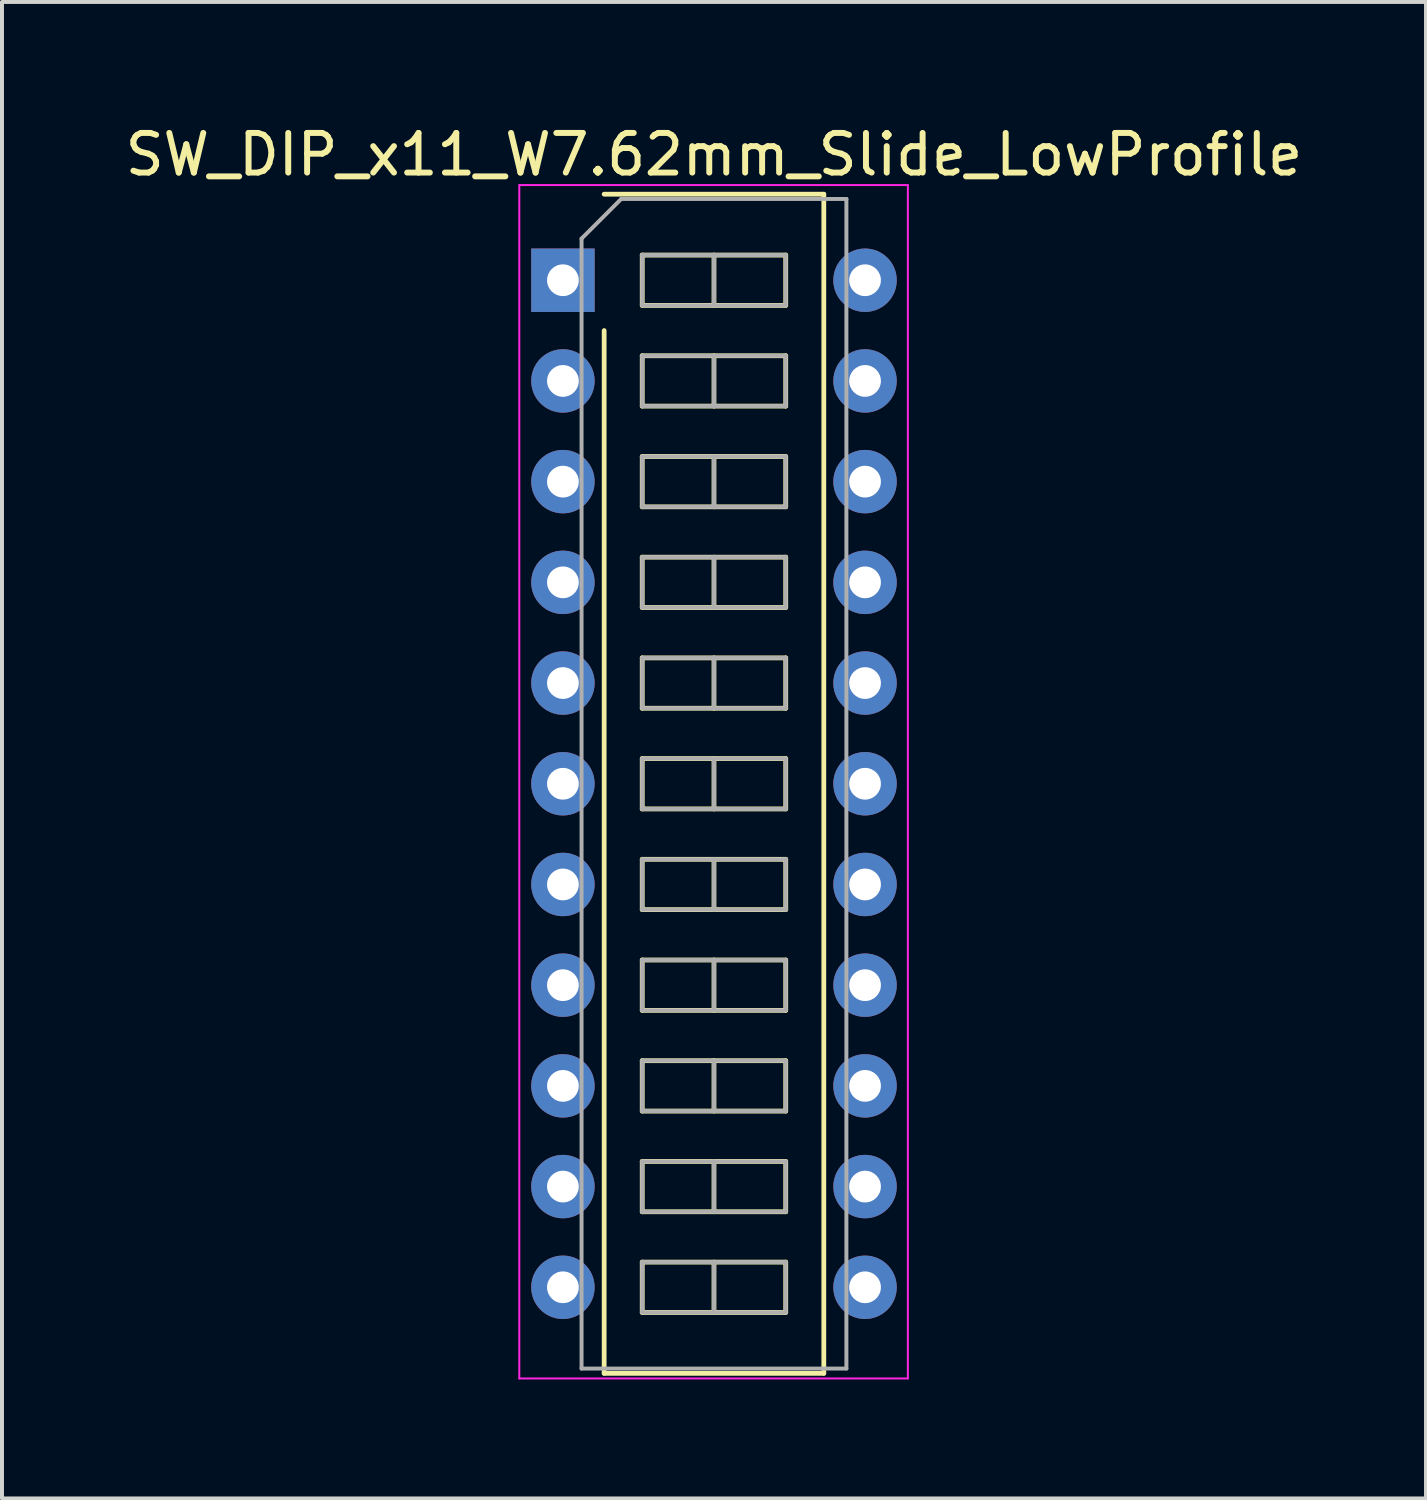
<source format=kicad_pcb>
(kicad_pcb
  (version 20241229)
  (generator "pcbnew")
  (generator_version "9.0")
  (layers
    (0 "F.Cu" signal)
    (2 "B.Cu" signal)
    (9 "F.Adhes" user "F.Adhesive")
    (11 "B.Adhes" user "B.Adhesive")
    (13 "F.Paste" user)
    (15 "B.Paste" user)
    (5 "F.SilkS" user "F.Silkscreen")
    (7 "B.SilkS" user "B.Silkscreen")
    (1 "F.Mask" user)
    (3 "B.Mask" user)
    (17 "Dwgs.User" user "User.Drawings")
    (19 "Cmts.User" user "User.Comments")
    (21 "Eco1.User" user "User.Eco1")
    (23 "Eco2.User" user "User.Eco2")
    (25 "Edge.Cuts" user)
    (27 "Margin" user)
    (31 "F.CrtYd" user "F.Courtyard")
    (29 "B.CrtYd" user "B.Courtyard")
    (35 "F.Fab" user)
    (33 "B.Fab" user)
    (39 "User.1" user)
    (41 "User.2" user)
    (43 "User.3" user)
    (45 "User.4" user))
  (footprint "SW_DIP_x11_W7.62mm_Slide_LowProfile"
    (layer "F.Cu")
    (at 11.148 4.018)
    (property "Reference" "SW_DIP_x11_W7.62mm_Slide_LowProfile" (at 3.81 -3.17 0) (layer "F.SilkS") (effects (font (size 1 1) (thickness 0.15))))
    (attr through_hole)
    (fp_line (start 1.04 -2.17) (end 6.58 -2.17) (stroke (width 0.12) (type solid)) (layer "F.SilkS"))
    (fp_line (start 1.04 27.57) (end 1.04 1.27) (stroke (width 0.12) (type solid)) (layer "F.SilkS"))
    (fp_line (start 2 -0.635) (end 2 0.635) (stroke (width 0.12) (type solid)) (layer "F.SilkS"))
    (fp_line (start 2 0.635) (end 5.62 0.635) (stroke (width 0.12) (type solid)) (layer "F.SilkS"))
    (fp_line (start 2 1.905) (end 2 3.175) (stroke (width 0.12) (type solid)) (layer "F.SilkS"))
    (fp_line (start 2 3.175) (end 5.62 3.175) (stroke (width 0.12) (type solid)) (layer "F.SilkS"))
    (fp_line (start 2 4.445) (end 2 5.715) (stroke (width 0.12) (type solid)) (layer "F.SilkS"))
    (fp_line (start 2 5.715) (end 5.62 5.715) (stroke (width 0.12) (type solid)) (layer "F.SilkS"))
    (fp_line (start 2 6.985) (end 2 8.255) (stroke (width 0.12) (type solid)) (layer "F.SilkS"))
    (fp_line (start 2 8.255) (end 5.62 8.255) (stroke (width 0.12) (type solid)) (layer "F.SilkS"))
    (fp_line (start 2 9.525) (end 2 10.795) (stroke (width 0.12) (type solid)) (layer "F.SilkS"))
    (fp_line (start 2 10.795) (end 5.62 10.795) (stroke (width 0.12) (type solid)) (layer "F.SilkS"))
    (fp_line (start 2 12.065) (end 2 13.335) (stroke (width 0.12) (type solid)) (layer "F.SilkS"))
    (fp_line (start 2 13.335) (end 5.62 13.335) (stroke (width 0.12) (type solid)) (layer "F.SilkS"))
    (fp_line (start 2 14.605) (end 2 15.875) (stroke (width 0.12) (type solid)) (layer "F.SilkS"))
    (fp_line (start 2 15.875) (end 5.62 15.875) (stroke (width 0.12) (type solid)) (layer "F.SilkS"))
    (fp_line (start 2 17.145) (end 2 18.415) (stroke (width 0.12) (type solid)) (layer "F.SilkS"))
    (fp_line (start 2 18.415) (end 5.62 18.415) (stroke (width 0.12) (type solid)) (layer "F.SilkS"))
    (fp_line (start 2 19.685) (end 2 20.955) (stroke (width 0.12) (type solid)) (layer "F.SilkS"))
    (fp_line (start 2 20.955) (end 5.62 20.955) (stroke (width 0.12) (type solid)) (layer "F.SilkS"))
    (fp_line (start 2 22.225) (end 2 23.495) (stroke (width 0.12) (type solid)) (layer "F.SilkS"))
    (fp_line (start 2 23.495) (end 5.62 23.495) (stroke (width 0.12) (type solid)) (layer "F.SilkS"))
    (fp_line (start 2 24.765) (end 2 26.035) (stroke (width 0.12) (type solid)) (layer "F.SilkS"))
    (fp_line (start 2 26.035) (end 5.62 26.035) (stroke (width 0.12) (type solid)) (layer "F.SilkS"))
    (fp_line (start 3.81 -0.635) (end 3.81 0.635) (stroke (width 0.12) (type solid)) (layer "F.SilkS"))
    (fp_line (start 3.81 1.905) (end 3.81 3.175) (stroke (width 0.12) (type solid)) (layer "F.SilkS"))
    (fp_line (start 3.81 4.445) (end 3.81 5.715) (stroke (width 0.12) (type solid)) (layer "F.SilkS"))
    (fp_line (start 3.81 6.985) (end 3.81 8.255) (stroke (width 0.12) (type solid)) (layer "F.SilkS"))
    (fp_line (start 3.81 9.525) (end 3.81 10.795) (stroke (width 0.12) (type solid)) (layer "F.SilkS"))
    (fp_line (start 3.81 12.065) (end 3.81 13.335) (stroke (width 0.12) (type solid)) (layer "F.SilkS"))
    (fp_line (start 3.81 14.605) (end 3.81 15.875) (stroke (width 0.12) (type solid)) (layer "F.SilkS"))
    (fp_line (start 3.81 17.145) (end 3.81 18.415) (stroke (width 0.12) (type solid)) (layer "F.SilkS"))
    (fp_line (start 3.81 19.685) (end 3.81 20.955) (stroke (width 0.12) (type solid)) (layer "F.SilkS"))
    (fp_line (start 3.81 22.225) (end 3.81 23.495) (stroke (width 0.12) (type solid)) (layer "F.SilkS"))
    (fp_line (start 3.81 24.765) (end 3.81 26.035) (stroke (width 0.12) (type solid)) (layer "F.SilkS"))
    (fp_line (start 5.62 -0.635) (end 2 -0.635) (stroke (width 0.12) (type solid)) (layer "F.SilkS"))
    (fp_line (start 5.62 0.635) (end 5.62 -0.635) (stroke (width 0.12) (type solid)) (layer "F.SilkS"))
    (fp_line (start 5.62 1.905) (end 2 1.905) (stroke (width 0.12) (type solid)) (layer "F.SilkS"))
    (fp_line (start 5.62 3.175) (end 5.62 1.905) (stroke (width 0.12) (type solid)) (layer "F.SilkS"))
    (fp_line (start 5.62 4.445) (end 2 4.445) (stroke (width 0.12) (type solid)) (layer "F.SilkS"))
    (fp_line (start 5.62 5.715) (end 5.62 4.445) (stroke (width 0.12) (type solid)) (layer "F.SilkS"))
    (fp_line (start 5.62 6.985) (end 2 6.985) (stroke (width 0.12) (type solid)) (layer "F.SilkS"))
    (fp_line (start 5.62 8.255) (end 5.62 6.985) (stroke (width 0.12) (type solid)) (layer "F.SilkS"))
    (fp_line (start 5.62 9.525) (end 2 9.525) (stroke (width 0.12) (type solid)) (layer "F.SilkS"))
    (fp_line (start 5.62 10.795) (end 5.62 9.525) (stroke (width 0.12) (type solid)) (layer "F.SilkS"))
    (fp_line (start 5.62 12.065) (end 2 12.065) (stroke (width 0.12) (type solid)) (layer "F.SilkS"))
    (fp_line (start 5.62 13.335) (end 5.62 12.065) (stroke (width 0.12) (type solid)) (layer "F.SilkS"))
    (fp_line (start 5.62 14.605) (end 2 14.605) (stroke (width 0.12) (type solid)) (layer "F.SilkS"))
    (fp_line (start 5.62 15.875) (end 5.62 14.605) (stroke (width 0.12) (type solid)) (layer "F.SilkS"))
    (fp_line (start 5.62 17.145) (end 2 17.145) (stroke (width 0.12) (type solid)) (layer "F.SilkS"))
    (fp_line (start 5.62 18.415) (end 5.62 17.145) (stroke (width 0.12) (type solid)) (layer "F.SilkS"))
    (fp_line (start 5.62 19.685) (end 2 19.685) (stroke (width 0.12) (type solid)) (layer "F.SilkS"))
    (fp_line (start 5.62 20.955) (end 5.62 19.685) (stroke (width 0.12) (type solid)) (layer "F.SilkS"))
    (fp_line (start 5.62 22.225) (end 2 22.225) (stroke (width 0.12) (type solid)) (layer "F.SilkS"))
    (fp_line (start 5.62 23.495) (end 5.62 22.225) (stroke (width 0.12) (type solid)) (layer "F.SilkS"))
    (fp_line (start 5.62 24.765) (end 2 24.765) (stroke (width 0.12) (type solid)) (layer "F.SilkS"))
    (fp_line (start 5.62 26.035) (end 5.62 24.765) (stroke (width 0.12) (type solid)) (layer "F.SilkS"))
    (fp_line (start 6.58 -2.17) (end 6.58 27.57) (stroke (width 0.12) (type solid)) (layer "F.SilkS"))
    (fp_line (start 6.58 27.57) (end 1.04 27.57) (stroke (width 0.12) (type solid)) (layer "F.SilkS"))
    (fp_line (start -1.1 -2.4) (end -1.1 27.7) (stroke (width 0.05) (type solid)) (layer "F.CrtYd"))
    (fp_line (start -1.1 27.7) (end 8.7 27.7) (stroke (width 0.05) (type solid)) (layer "F.CrtYd"))
    (fp_line (start 8.7 -2.4) (end -1.1 -2.4) (stroke (width 0.05) (type solid)) (layer "F.CrtYd"))
    (fp_line (start 8.7 27.7) (end 8.7 -2.4) (stroke (width 0.05) (type solid)) (layer "F.CrtYd"))
    (fp_line (start 0.47 -1.05) (end 1.47 -2.05) (stroke (width 0.1) (type solid)) (layer "F.Fab"))
    (fp_line (start 0.47 27.45) (end 0.47 -1.05) (stroke (width 0.1) (type solid)) (layer "F.Fab"))
    (fp_line (start 1.47 -2.05) (end 7.15 -2.05) (stroke (width 0.1) (type solid)) (layer "F.Fab"))
    (fp_line (start 2 -0.635) (end 2 0.635) (stroke (width 0.1) (type solid)) (layer "F.Fab"))
    (fp_line (start 2 0.635) (end 5.62 0.635) (stroke (width 0.1) (type solid)) (layer "F.Fab"))
    (fp_line (start 2 1.905) (end 2 3.175) (stroke (width 0.1) (type solid)) (layer "F.Fab"))
    (fp_line (start 2 3.175) (end 5.62 3.175) (stroke (width 0.1) (type solid)) (layer "F.Fab"))
    (fp_line (start 2 4.445) (end 2 5.715) (stroke (width 0.1) (type solid)) (layer "F.Fab"))
    (fp_line (start 2 5.715) (end 5.62 5.715) (stroke (width 0.1) (type solid)) (layer "F.Fab"))
    (fp_line (start 2 6.985) (end 2 8.255) (stroke (width 0.1) (type solid)) (layer "F.Fab"))
    (fp_line (start 2 8.255) (end 5.62 8.255) (stroke (width 0.1) (type solid)) (layer "F.Fab"))
    (fp_line (start 2 9.525) (end 2 10.795) (stroke (width 0.1) (type solid)) (layer "F.Fab"))
    (fp_line (start 2 10.795) (end 5.62 10.795) (stroke (width 0.1) (type solid)) (layer "F.Fab"))
    (fp_line (start 2 12.065) (end 2 13.335) (stroke (width 0.1) (type solid)) (layer "F.Fab"))
    (fp_line (start 2 13.335) (end 5.62 13.335) (stroke (width 0.1) (type solid)) (layer "F.Fab"))
    (fp_line (start 2 14.605) (end 2 15.875) (stroke (width 0.1) (type solid)) (layer "F.Fab"))
    (fp_line (start 2 15.875) (end 5.62 15.875) (stroke (width 0.1) (type solid)) (layer "F.Fab"))
    (fp_line (start 2 17.145) (end 2 18.415) (stroke (width 0.1) (type solid)) (layer "F.Fab"))
    (fp_line (start 2 18.415) (end 5.62 18.415) (stroke (width 0.1) (type solid)) (layer "F.Fab"))
    (fp_line (start 2 19.685) (end 2 20.955) (stroke (width 0.1) (type solid)) (layer "F.Fab"))
    (fp_line (start 2 20.955) (end 5.62 20.955) (stroke (width 0.1) (type solid)) (layer "F.Fab"))
    (fp_line (start 2 22.225) (end 2 23.495) (stroke (width 0.1) (type solid)) (layer "F.Fab"))
    (fp_line (start 2 23.495) (end 5.62 23.495) (stroke (width 0.1) (type solid)) (layer "F.Fab"))
    (fp_line (start 2 24.765) (end 2 26.035) (stroke (width 0.1) (type solid)) (layer "F.Fab"))
    (fp_line (start 2 26.035) (end 5.62 26.035) (stroke (width 0.1) (type solid)) (layer "F.Fab"))
    (fp_line (start 3.81 -0.635) (end 3.81 0.635) (stroke (width 0.1) (type solid)) (layer "F.Fab"))
    (fp_line (start 3.81 1.905) (end 3.81 3.175) (stroke (width 0.1) (type solid)) (layer "F.Fab"))
    (fp_line (start 3.81 4.445) (end 3.81 5.715) (stroke (width 0.1) (type solid)) (layer "F.Fab"))
    (fp_line (start 3.81 6.985) (end 3.81 8.255) (stroke (width 0.1) (type solid)) (layer "F.Fab"))
    (fp_line (start 3.81 9.525) (end 3.81 10.795) (stroke (width 0.1) (type solid)) (layer "F.Fab"))
    (fp_line (start 3.81 12.065) (end 3.81 13.335) (stroke (width 0.1) (type solid)) (layer "F.Fab"))
    (fp_line (start 3.81 14.605) (end 3.81 15.875) (stroke (width 0.1) (type solid)) (layer "F.Fab"))
    (fp_line (start 3.81 17.145) (end 3.81 18.415) (stroke (width 0.1) (type solid)) (layer "F.Fab"))
    (fp_line (start 3.81 19.685) (end 3.81 20.955) (stroke (width 0.1) (type solid)) (layer "F.Fab"))
    (fp_line (start 3.81 22.225) (end 3.81 23.495) (stroke (width 0.1) (type solid)) (layer "F.Fab"))
    (fp_line (start 3.81 24.765) (end 3.81 26.035) (stroke (width 0.1) (type solid)) (layer "F.Fab"))
    (fp_line (start 5.62 -0.635) (end 2 -0.635) (stroke (width 0.1) (type solid)) (layer "F.Fab"))
    (fp_line (start 5.62 0.635) (end 5.62 -0.635) (stroke (width 0.1) (type solid)) (layer "F.Fab"))
    (fp_line (start 5.62 1.905) (end 2 1.905) (stroke (width 0.1) (type solid)) (layer "F.Fab"))
    (fp_line (start 5.62 3.175) (end 5.62 1.905) (stroke (width 0.1) (type solid)) (layer "F.Fab"))
    (fp_line (start 5.62 4.445) (end 2 4.445) (stroke (width 0.1) (type solid)) (layer "F.Fab"))
    (fp_line (start 5.62 5.715) (end 5.62 4.445) (stroke (width 0.1) (type solid)) (layer "F.Fab"))
    (fp_line (start 5.62 6.985) (end 2 6.985) (stroke (width 0.1) (type solid)) (layer "F.Fab"))
    (fp_line (start 5.62 8.255) (end 5.62 6.985) (stroke (width 0.1) (type solid)) (layer "F.Fab"))
    (fp_line (start 5.62 9.525) (end 2 9.525) (stroke (width 0.1) (type solid)) (layer "F.Fab"))
    (fp_line (start 5.62 10.795) (end 5.62 9.525) (stroke (width 0.1) (type solid)) (layer "F.Fab"))
    (fp_line (start 5.62 12.065) (end 2 12.065) (stroke (width 0.1) (type solid)) (layer "F.Fab"))
    (fp_line (start 5.62 13.335) (end 5.62 12.065) (stroke (width 0.1) (type solid)) (layer "F.Fab"))
    (fp_line (start 5.62 14.605) (end 2 14.605) (stroke (width 0.1) (type solid)) (layer "F.Fab"))
    (fp_line (start 5.62 15.875) (end 5.62 14.605) (stroke (width 0.1) (type solid)) (layer "F.Fab"))
    (fp_line (start 5.62 17.145) (end 2 17.145) (stroke (width 0.1) (type solid)) (layer "F.Fab"))
    (fp_line (start 5.62 18.415) (end 5.62 17.145) (stroke (width 0.1) (type solid)) (layer "F.Fab"))
    (fp_line (start 5.62 19.685) (end 2 19.685) (stroke (width 0.1) (type solid)) (layer "F.Fab"))
    (fp_line (start 5.62 20.955) (end 5.62 19.685) (stroke (width 0.1) (type solid)) (layer "F.Fab"))
    (fp_line (start 5.62 22.225) (end 2 22.225) (stroke (width 0.1) (type solid)) (layer "F.Fab"))
    (fp_line (start 5.62 23.495) (end 5.62 22.225) (stroke (width 0.1) (type solid)) (layer "F.Fab"))
    (fp_line (start 5.62 24.765) (end 2 24.765) (stroke (width 0.1) (type solid)) (layer "F.Fab"))
    (fp_line (start 5.62 26.035) (end 5.62 24.765) (stroke (width 0.1) (type solid)) (layer "F.Fab"))
    (fp_line (start 7.15 -2.05) (end 7.15 27.45) (stroke (width 0.1) (type solid)) (layer "F.Fab"))
    (fp_line (start 7.15 27.45) (end 0.47 27.45) (stroke (width 0.1) (type solid)) (layer "F.Fab"))
    (pad "1" thru_hole rect (at 0 0) (size 1.6 1.6) (drill 0.8) (layers "*.Cu" "*.Mask"))
    (pad "2" thru_hole oval (at 0 2.54) (size 1.6 1.6) (drill 0.8) (layers "*.Cu" "*.Mask"))
    (pad "3" thru_hole oval (at 0 5.08) (size 1.6 1.6) (drill 0.8) (layers "*.Cu" "*.Mask"))
    (pad "4" thru_hole oval (at 0 7.62) (size 1.6 1.6) (drill 0.8) (layers "*.Cu" "*.Mask"))
    (pad "5" thru_hole oval (at 0 10.16) (size 1.6 1.6) (drill 0.8) (layers "*.Cu" "*.Mask"))
    (pad "6" thru_hole oval (at 0 12.7) (size 1.6 1.6) (drill 0.8) (layers "*.Cu" "*.Mask"))
    (pad "7" thru_hole oval (at 0 15.24) (size 1.6 1.6) (drill 0.8) (layers "*.Cu" "*.Mask"))
    (pad "8" thru_hole oval (at 0 17.78) (size 1.6 1.6) (drill 0.8) (layers "*.Cu" "*.Mask"))
    (pad "9" thru_hole oval (at 0 20.32) (size 1.6 1.6) (drill 0.8) (layers "*.Cu" "*.Mask"))
    (pad "10" thru_hole oval (at 0 22.86) (size 1.6 1.6) (drill 0.8) (layers "*.Cu" "*.Mask"))
    (pad "11" thru_hole oval (at 0 25.4) (size 1.6 1.6) (drill 0.8) (layers "*.Cu" "*.Mask"))
    (pad "12" thru_hole oval (at 7.62 25.4) (size 1.6 1.6) (drill 0.8) (layers "*.Cu" "*.Mask"))
    (pad "13" thru_hole oval (at 7.62 22.86) (size 1.6 1.6) (drill 0.8) (layers "*.Cu" "*.Mask"))
    (pad "14" thru_hole oval (at 7.62 20.32) (size 1.6 1.6) (drill 0.8) (layers "*.Cu" "*.Mask"))
    (pad "15" thru_hole oval (at 7.62 17.78) (size 1.6 1.6) (drill 0.8) (layers "*.Cu" "*.Mask"))
    (pad "16" thru_hole oval (at 7.62 15.24) (size 1.6 1.6) (drill 0.8) (layers "*.Cu" "*.Mask"))
    (pad "17" thru_hole oval (at 7.62 12.7) (size 1.6 1.6) (drill 0.8) (layers "*.Cu" "*.Mask"))
    (pad "18" thru_hole oval (at 7.62 10.16) (size 1.6 1.6) (drill 0.8) (layers "*.Cu" "*.Mask"))
    (pad "19" thru_hole oval (at 7.62 7.62) (size 1.6 1.6) (drill 0.8) (layers "*.Cu" "*.Mask"))
    (pad "20" thru_hole oval (at 7.62 5.08) (size 1.6 1.6) (drill 0.8) (layers "*.Cu" "*.Mask"))
    (pad "21" thru_hole oval (at 7.62 2.54) (size 1.6 1.6) (drill 0.8) (layers "*.Cu" "*.Mask"))
    (pad "22" thru_hole oval (at 7.62 0) (size 1.6 1.6) (drill 0.8) (layers "*.Cu" "*.Mask")))
  (gr_rect
    (start -3 -3)
    (end 32.917 34.743)
    (stroke (width 0.1) (type default))
    (fill no)
    (layer "Edge.Cuts")))
</source>
